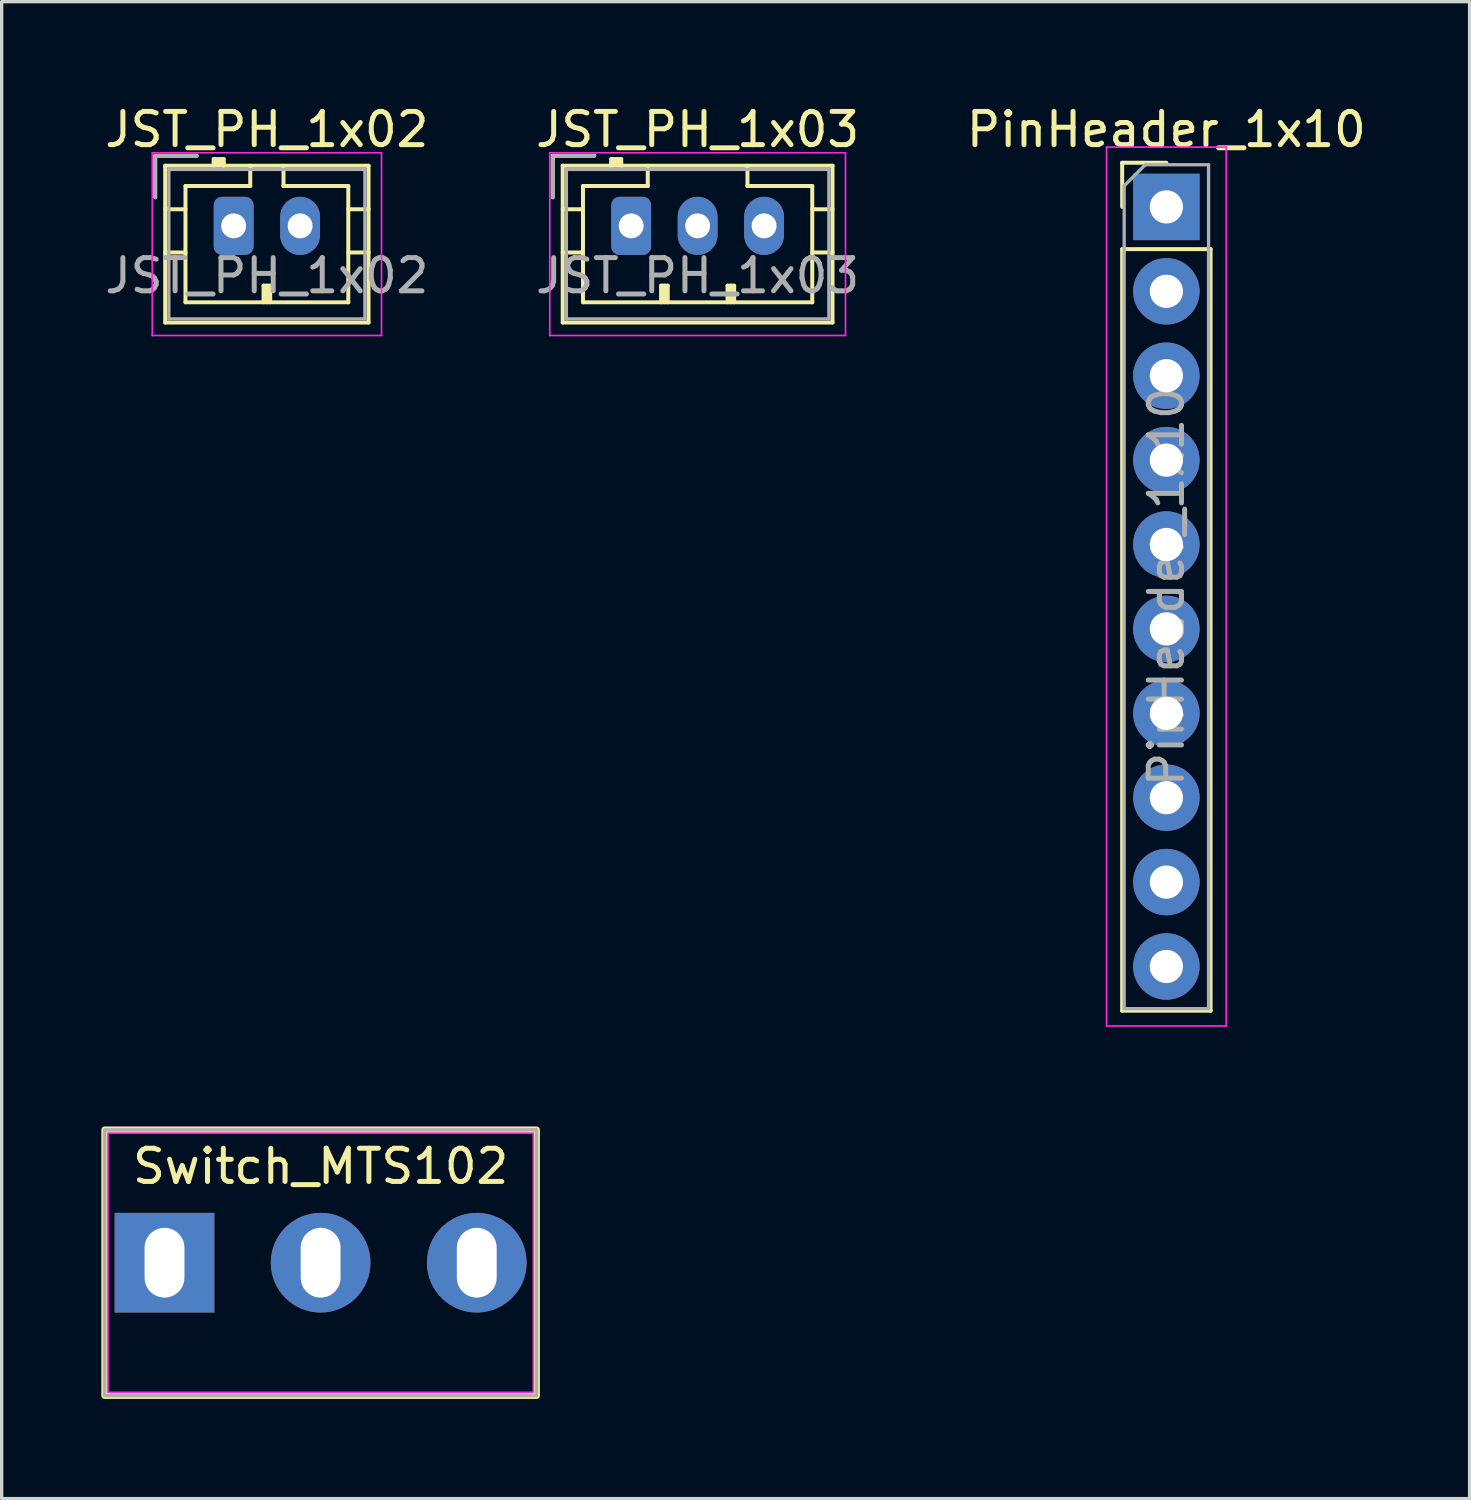
<source format=kicad_pcb>
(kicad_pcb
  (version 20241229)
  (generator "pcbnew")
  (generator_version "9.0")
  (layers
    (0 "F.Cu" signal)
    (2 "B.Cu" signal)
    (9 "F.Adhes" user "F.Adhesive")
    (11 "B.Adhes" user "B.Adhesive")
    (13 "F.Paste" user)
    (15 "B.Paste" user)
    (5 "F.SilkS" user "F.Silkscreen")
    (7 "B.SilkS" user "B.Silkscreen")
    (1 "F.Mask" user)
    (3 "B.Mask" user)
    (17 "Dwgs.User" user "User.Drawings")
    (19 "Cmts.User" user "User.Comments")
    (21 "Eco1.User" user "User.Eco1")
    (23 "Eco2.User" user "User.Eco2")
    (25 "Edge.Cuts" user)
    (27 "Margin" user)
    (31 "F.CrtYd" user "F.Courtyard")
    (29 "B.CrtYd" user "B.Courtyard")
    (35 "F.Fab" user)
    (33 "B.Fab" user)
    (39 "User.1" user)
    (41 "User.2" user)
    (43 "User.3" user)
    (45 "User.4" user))
  (footprint "PinHeader_1x10"
    (layer "F.Cu")
    (at 32.054 3.178)
    (property "Reference" "PinHeader_1x10" (at 0 -2.33 0) (layer "F.SilkS") (effects (font (size 1 1) (thickness 0.15))))
    (attr through_hole)
    (fp_line (start -1.33 -1.33) (end 0 -1.33) (stroke (width 0.12) (type solid)) (layer "F.SilkS"))
    (fp_line (start -1.33 0) (end -1.33 -1.33) (stroke (width 0.12) (type solid)) (layer "F.SilkS"))
    (fp_line (start -1.33 1.27) (end -1.33 24.19) (stroke (width 0.12) (type solid)) (layer "F.SilkS"))
    (fp_line (start -1.33 1.27) (end 1.33 1.27) (stroke (width 0.12) (type solid)) (layer "F.SilkS"))
    (fp_line (start -1.33 24.19) (end 1.33 24.19) (stroke (width 0.12) (type solid)) (layer "F.SilkS"))
    (fp_line (start 1.33 1.27) (end 1.33 24.19) (stroke (width 0.12) (type solid)) (layer "F.SilkS"))
    (fp_line (start -1.8 -1.8) (end -1.8 24.65) (stroke (width 0.05) (type solid)) (layer "F.CrtYd"))
    (fp_line (start -1.8 24.65) (end 1.8 24.65) (stroke (width 0.05) (type solid)) (layer "F.CrtYd"))
    (fp_line (start 1.8 -1.8) (end -1.8 -1.8) (stroke (width 0.05) (type solid)) (layer "F.CrtYd"))
    (fp_line (start 1.8 24.65) (end 1.8 -1.8) (stroke (width 0.05) (type solid)) (layer "F.CrtYd"))
    (fp_line (start -1.27 -0.635) (end -0.635 -1.27) (stroke (width 0.1) (type solid)) (layer "F.Fab"))
    (fp_line (start -1.27 24.13) (end -1.27 -0.635) (stroke (width 0.1) (type solid)) (layer "F.Fab"))
    (fp_line (start -0.635 -1.27) (end 1.27 -1.27) (stroke (width 0.1) (type solid)) (layer "F.Fab"))
    (fp_line (start 1.27 -1.27) (end 1.27 24.13) (stroke (width 0.1) (type solid)) (layer "F.Fab"))
    (fp_line (start 1.27 24.13) (end -1.27 24.13) (stroke (width 0.1) (type solid)) (layer "F.Fab"))
    (fp_text user "${REFERENCE}" (at 0 11.43 90) (layer "F.Fab") (effects (font (size 1 1) (thickness 0.15))))
    (pad "1" thru_hole rect (at 0 0) (size 2 2) (drill 1) (layers "*.Cu" "*.Mask"))
    (pad "2" thru_hole circle (at 0 2.54) (size 2 2) (drill 1) (layers "*.Cu" "*.Mask"))
    (pad "3" thru_hole circle (at 0 5.08) (size 2 2) (drill 1) (layers "*.Cu" "*.Mask"))
    (pad "4" thru_hole circle (at 0 7.62) (size 2 2) (drill 1) (layers "*.Cu" "*.Mask"))
    (pad "5" thru_hole circle (at 0 10.16) (size 2 2) (drill 1) (layers "*.Cu" "*.Mask"))
    (pad "6" thru_hole circle (at 0 12.7) (size 2 2) (drill 1) (layers "*.Cu" "*.Mask"))
    (pad "7" thru_hole circle (at 0 15.24) (size 2 2) (drill 1) (layers "*.Cu" "*.Mask"))
    (pad "8" thru_hole circle (at 0 17.78) (size 2 2) (drill 1) (layers "*.Cu" "*.Mask"))
    (pad "9" thru_hole circle (at 0 20.32) (size 2 2) (drill 1) (layers "*.Cu" "*.Mask"))
    (pad "10" thru_hole circle (at 0 22.86) (size 2 2) (drill 1) (layers "*.Cu" "*.Mask")))
  (footprint "Switch_MTS102"
    (layer "F.Cu")
    (at 6.6 34.953)
    (property "Reference" "Switch_MTS102" (at 0 -2.9 0) (layer "F.SilkS") (effects (font (size 1 1) (thickness 0.15))))
    (attr through_hole)
    (fp_rect (start -6.5 -4) (end 6.5 4) (stroke (width 0.2) (type default)) (fill no) (layer "F.SilkS"))
    (fp_rect (start -6.4 -3.9) (end 6.4 3.9) (stroke (width 0.05) (type default)) (fill no) (layer "F.CrtYd"))
    (fp_rect (start -6.5 -4) (end 6.5 4) (stroke (width 0.1) (type default)) (fill no) (layer "F.Fab"))
    (pad "1" thru_hole rect (at -4.699 0) (size 3 3) (drill oval 1.2 2.1) (layers "*.Cu" "*.Mask"))
    (pad "2" thru_hole circle (at 0 0) (size 3 3) (drill oval 1.2 2.1) (layers "*.Cu" "*.Mask"))
    (pad "3" thru_hole circle (at 4.699 0) (size 3 3) (drill oval 1.2 2.1) (layers "*.Cu" "*.Mask")))
  (footprint "JST_PH_1x03"
    (layer "F.Cu")
    (at 15.946 3.748)
    (property "Reference" "JST_PH_1x03" (at 2 -2.9 0) (layer "F.SilkS") (effects (font (size 1 1) (thickness 0.15))))
    (attr through_hole)
    (fp_line (start -2.36 -2.11) (end -2.36 -0.86) (stroke (width 0.12) (type solid)) (layer "F.SilkS"))
    (fp_line (start -2.06 -1.81) (end -2.06 2.91) (stroke (width 0.12) (type solid)) (layer "F.SilkS"))
    (fp_line (start -2.06 -0.5) (end -1.45 -0.5) (stroke (width 0.12) (type solid)) (layer "F.SilkS"))
    (fp_line (start -2.06 0.8) (end -1.45 0.8) (stroke (width 0.12) (type solid)) (layer "F.SilkS"))
    (fp_line (start -2.06 2.91) (end 6.06 2.91) (stroke (width 0.12) (type solid)) (layer "F.SilkS"))
    (fp_line (start -1.45 -1.2) (end -1.45 2.3) (stroke (width 0.12) (type solid)) (layer "F.SilkS"))
    (fp_line (start -1.45 2.3) (end 5.45 2.3) (stroke (width 0.12) (type solid)) (layer "F.SilkS"))
    (fp_line (start -1.11 -2.11) (end -2.36 -2.11) (stroke (width 0.12) (type solid)) (layer "F.SilkS"))
    (fp_line (start -0.6 -2.01) (end -0.6 -1.81) (stroke (width 0.12) (type solid)) (layer "F.SilkS"))
    (fp_line (start -0.3 -2.01) (end -0.6 -2.01) (stroke (width 0.12) (type solid)) (layer "F.SilkS"))
    (fp_line (start -0.3 -1.91) (end -0.6 -1.91) (stroke (width 0.12) (type solid)) (layer "F.SilkS"))
    (fp_line (start -0.3 -1.81) (end -0.3 -2.01) (stroke (width 0.12) (type solid)) (layer "F.SilkS"))
    (fp_line (start 0.5 -1.81) (end 0.5 -1.2) (stroke (width 0.12) (type solid)) (layer "F.SilkS"))
    (fp_line (start 0.5 -1.2) (end -1.45 -1.2) (stroke (width 0.12) (type solid)) (layer "F.SilkS"))
    (fp_line (start 0.9 1.8) (end 1.1 1.8) (stroke (width 0.12) (type solid)) (layer "F.SilkS"))
    (fp_line (start 0.9 2.3) (end 0.9 1.8) (stroke (width 0.12) (type solid)) (layer "F.SilkS"))
    (fp_line (start 1 2.3) (end 1 1.8) (stroke (width 0.12) (type solid)) (layer "F.SilkS"))
    (fp_line (start 1.1 1.8) (end 1.1 2.3) (stroke (width 0.12) (type solid)) (layer "F.SilkS"))
    (fp_line (start 2.9 1.8) (end 3.1 1.8) (stroke (width 0.12) (type solid)) (layer "F.SilkS"))
    (fp_line (start 2.9 2.3) (end 2.9 1.8) (stroke (width 0.12) (type solid)) (layer "F.SilkS"))
    (fp_line (start 3 2.3) (end 3 1.8) (stroke (width 0.12) (type solid)) (layer "F.SilkS"))
    (fp_line (start 3.1 1.8) (end 3.1 2.3) (stroke (width 0.12) (type solid)) (layer "F.SilkS"))
    (fp_line (start 3.5 -1.2) (end 3.5 -1.81) (stroke (width 0.12) (type solid)) (layer "F.SilkS"))
    (fp_line (start 5.45 -1.2) (end 3.5 -1.2) (stroke (width 0.12) (type solid)) (layer "F.SilkS"))
    (fp_line (start 5.45 2.3) (end 5.45 -1.2) (stroke (width 0.12) (type solid)) (layer "F.SilkS"))
    (fp_line (start 6.06 -1.81) (end -2.06 -1.81) (stroke (width 0.12) (type solid)) (layer "F.SilkS"))
    (fp_line (start 6.06 -0.5) (end 5.45 -0.5) (stroke (width 0.12) (type solid)) (layer "F.SilkS"))
    (fp_line (start 6.06 0.8) (end 5.45 0.8) (stroke (width 0.12) (type solid)) (layer "F.SilkS"))
    (fp_line (start 6.06 2.91) (end 6.06 -1.81) (stroke (width 0.12) (type solid)) (layer "F.SilkS"))
    (fp_line (start -2.45 -2.2) (end -2.45 3.3) (stroke (width 0.05) (type solid)) (layer "F.CrtYd"))
    (fp_line (start -2.45 3.3) (end 6.45 3.3) (stroke (width 0.05) (type solid)) (layer "F.CrtYd"))
    (fp_line (start 6.45 -2.2) (end -2.45 -2.2) (stroke (width 0.05) (type solid)) (layer "F.CrtYd"))
    (fp_line (start 6.45 3.3) (end 6.45 -2.2) (stroke (width 0.05) (type solid)) (layer "F.CrtYd"))
    (fp_line (start -2.36 -2.11) (end -2.36 -0.86) (stroke (width 0.1) (type solid)) (layer "F.Fab"))
    (fp_line (start -1.95 -1.7) (end -1.95 2.8) (stroke (width 0.1) (type solid)) (layer "F.Fab"))
    (fp_line (start -1.95 2.8) (end 5.95 2.8) (stroke (width 0.1) (type solid)) (layer "F.Fab"))
    (fp_line (start -1.11 -2.11) (end -2.36 -2.11) (stroke (width 0.1) (type solid)) (layer "F.Fab"))
    (fp_line (start 5.95 -1.7) (end -1.95 -1.7) (stroke (width 0.1) (type solid)) (layer "F.Fab"))
    (fp_line (start 5.95 2.8) (end 5.95 -1.7) (stroke (width 0.1) (type solid)) (layer "F.Fab"))
    (fp_text user "${REFERENCE}" (at 2 1.5 0) (layer "F.Fab") (effects (font (size 1 1) (thickness 0.15))))
    (pad "1" thru_hole roundrect (at 0 0) (size 1.2 1.75) (drill 0.75) (layers "*.Cu" "*.Mask") (roundrect_rratio 0.208))
    (pad "2" thru_hole oval (at 2 0) (size 1.2 1.75) (drill 0.75) (layers "*.Cu" "*.Mask"))
    (pad "3" thru_hole oval (at 4 0) (size 1.2 1.75) (drill 0.75) (layers "*.Cu" "*.Mask")))
  (footprint "JST_PH_1x02"
    (layer "F.Cu")
    (at 3.982 3.748)
    (property "Reference" "JST_PH_1x02" (at 1 -2.9 0) (layer "F.SilkS") (effects (font (size 1 1) (thickness 0.15))))
    (attr through_hole)
    (fp_line (start -2.36 -2.11) (end -2.36 -0.86) (stroke (width 0.12) (type solid)) (layer "F.SilkS"))
    (fp_line (start -2.06 -1.81) (end -2.06 2.91) (stroke (width 0.12) (type solid)) (layer "F.SilkS"))
    (fp_line (start -2.06 -0.5) (end -1.45 -0.5) (stroke (width 0.12) (type solid)) (layer "F.SilkS"))
    (fp_line (start -2.06 0.8) (end -1.45 0.8) (stroke (width 0.12) (type solid)) (layer "F.SilkS"))
    (fp_line (start -2.06 2.91) (end 4.06 2.91) (stroke (width 0.12) (type solid)) (layer "F.SilkS"))
    (fp_line (start -1.45 -1.2) (end -1.45 2.3) (stroke (width 0.12) (type solid)) (layer "F.SilkS"))
    (fp_line (start -1.45 2.3) (end 3.45 2.3) (stroke (width 0.12) (type solid)) (layer "F.SilkS"))
    (fp_line (start -1.11 -2.11) (end -2.36 -2.11) (stroke (width 0.12) (type solid)) (layer "F.SilkS"))
    (fp_line (start -0.6 -2.01) (end -0.6 -1.81) (stroke (width 0.12) (type solid)) (layer "F.SilkS"))
    (fp_line (start -0.3 -2.01) (end -0.6 -2.01) (stroke (width 0.12) (type solid)) (layer "F.SilkS"))
    (fp_line (start -0.3 -1.91) (end -0.6 -1.91) (stroke (width 0.12) (type solid)) (layer "F.SilkS"))
    (fp_line (start -0.3 -1.81) (end -0.3 -2.01) (stroke (width 0.12) (type solid)) (layer "F.SilkS"))
    (fp_line (start 0.5 -1.81) (end 0.5 -1.2) (stroke (width 0.12) (type solid)) (layer "F.SilkS"))
    (fp_line (start 0.5 -1.2) (end -1.45 -1.2) (stroke (width 0.12) (type solid)) (layer "F.SilkS"))
    (fp_line (start 0.9 1.8) (end 1.1 1.8) (stroke (width 0.12) (type solid)) (layer "F.SilkS"))
    (fp_line (start 0.9 2.3) (end 0.9 1.8) (stroke (width 0.12) (type solid)) (layer "F.SilkS"))
    (fp_line (start 1 2.3) (end 1 1.8) (stroke (width 0.12) (type solid)) (layer "F.SilkS"))
    (fp_line (start 1.1 1.8) (end 1.1 2.3) (stroke (width 0.12) (type solid)) (layer "F.SilkS"))
    (fp_line (start 1.5 -1.2) (end 1.5 -1.81) (stroke (width 0.12) (type solid)) (layer "F.SilkS"))
    (fp_line (start 3.45 -1.2) (end 1.5 -1.2) (stroke (width 0.12) (type solid)) (layer "F.SilkS"))
    (fp_line (start 3.45 2.3) (end 3.45 -1.2) (stroke (width 0.12) (type solid)) (layer "F.SilkS"))
    (fp_line (start 4.06 -1.81) (end -2.06 -1.81) (stroke (width 0.12) (type solid)) (layer "F.SilkS"))
    (fp_line (start 4.06 -0.5) (end 3.45 -0.5) (stroke (width 0.12) (type solid)) (layer "F.SilkS"))
    (fp_line (start 4.06 0.8) (end 3.45 0.8) (stroke (width 0.12) (type solid)) (layer "F.SilkS"))
    (fp_line (start 4.06 2.91) (end 4.06 -1.81) (stroke (width 0.12) (type solid)) (layer "F.SilkS"))
    (fp_line (start -2.45 -2.2) (end -2.45 3.3) (stroke (width 0.05) (type solid)) (layer "F.CrtYd"))
    (fp_line (start -2.45 3.3) (end 4.45 3.3) (stroke (width 0.05) (type solid)) (layer "F.CrtYd"))
    (fp_line (start 4.45 -2.2) (end -2.45 -2.2) (stroke (width 0.05) (type solid)) (layer "F.CrtYd"))
    (fp_line (start 4.45 3.3) (end 4.45 -2.2) (stroke (width 0.05) (type solid)) (layer "F.CrtYd"))
    (fp_line (start -2.36 -2.11) (end -2.36 -0.86) (stroke (width 0.1) (type solid)) (layer "F.Fab"))
    (fp_line (start -1.95 -1.7) (end -1.95 2.8) (stroke (width 0.1) (type solid)) (layer "F.Fab"))
    (fp_line (start -1.95 2.8) (end 3.95 2.8) (stroke (width 0.1) (type solid)) (layer "F.Fab"))
    (fp_line (start -1.11 -2.11) (end -2.36 -2.11) (stroke (width 0.1) (type solid)) (layer "F.Fab"))
    (fp_line (start 3.95 -1.7) (end -1.95 -1.7) (stroke (width 0.1) (type solid)) (layer "F.Fab"))
    (fp_line (start 3.95 2.8) (end 3.95 -1.7) (stroke (width 0.1) (type solid)) (layer "F.Fab"))
    (fp_text user "${REFERENCE}" (at 1 1.5 0) (layer "F.Fab") (effects (font (size 1 1) (thickness 0.15))))
    (pad "1" thru_hole roundrect (at 0 0) (size 1.2 1.75) (drill 0.75) (layers "*.Cu" "*.Mask") (roundrect_rratio 0.208))
    (pad "2" thru_hole oval (at 2 0) (size 1.2 1.75) (drill 0.75) (layers "*.Cu" "*.Mask")))
  (gr_rect
    (start -3 -3)
    (end 41.179 42.053)
    (stroke (width 0.1) (type default))
    (fill no)
    (layer "Edge.Cuts")))
</source>
